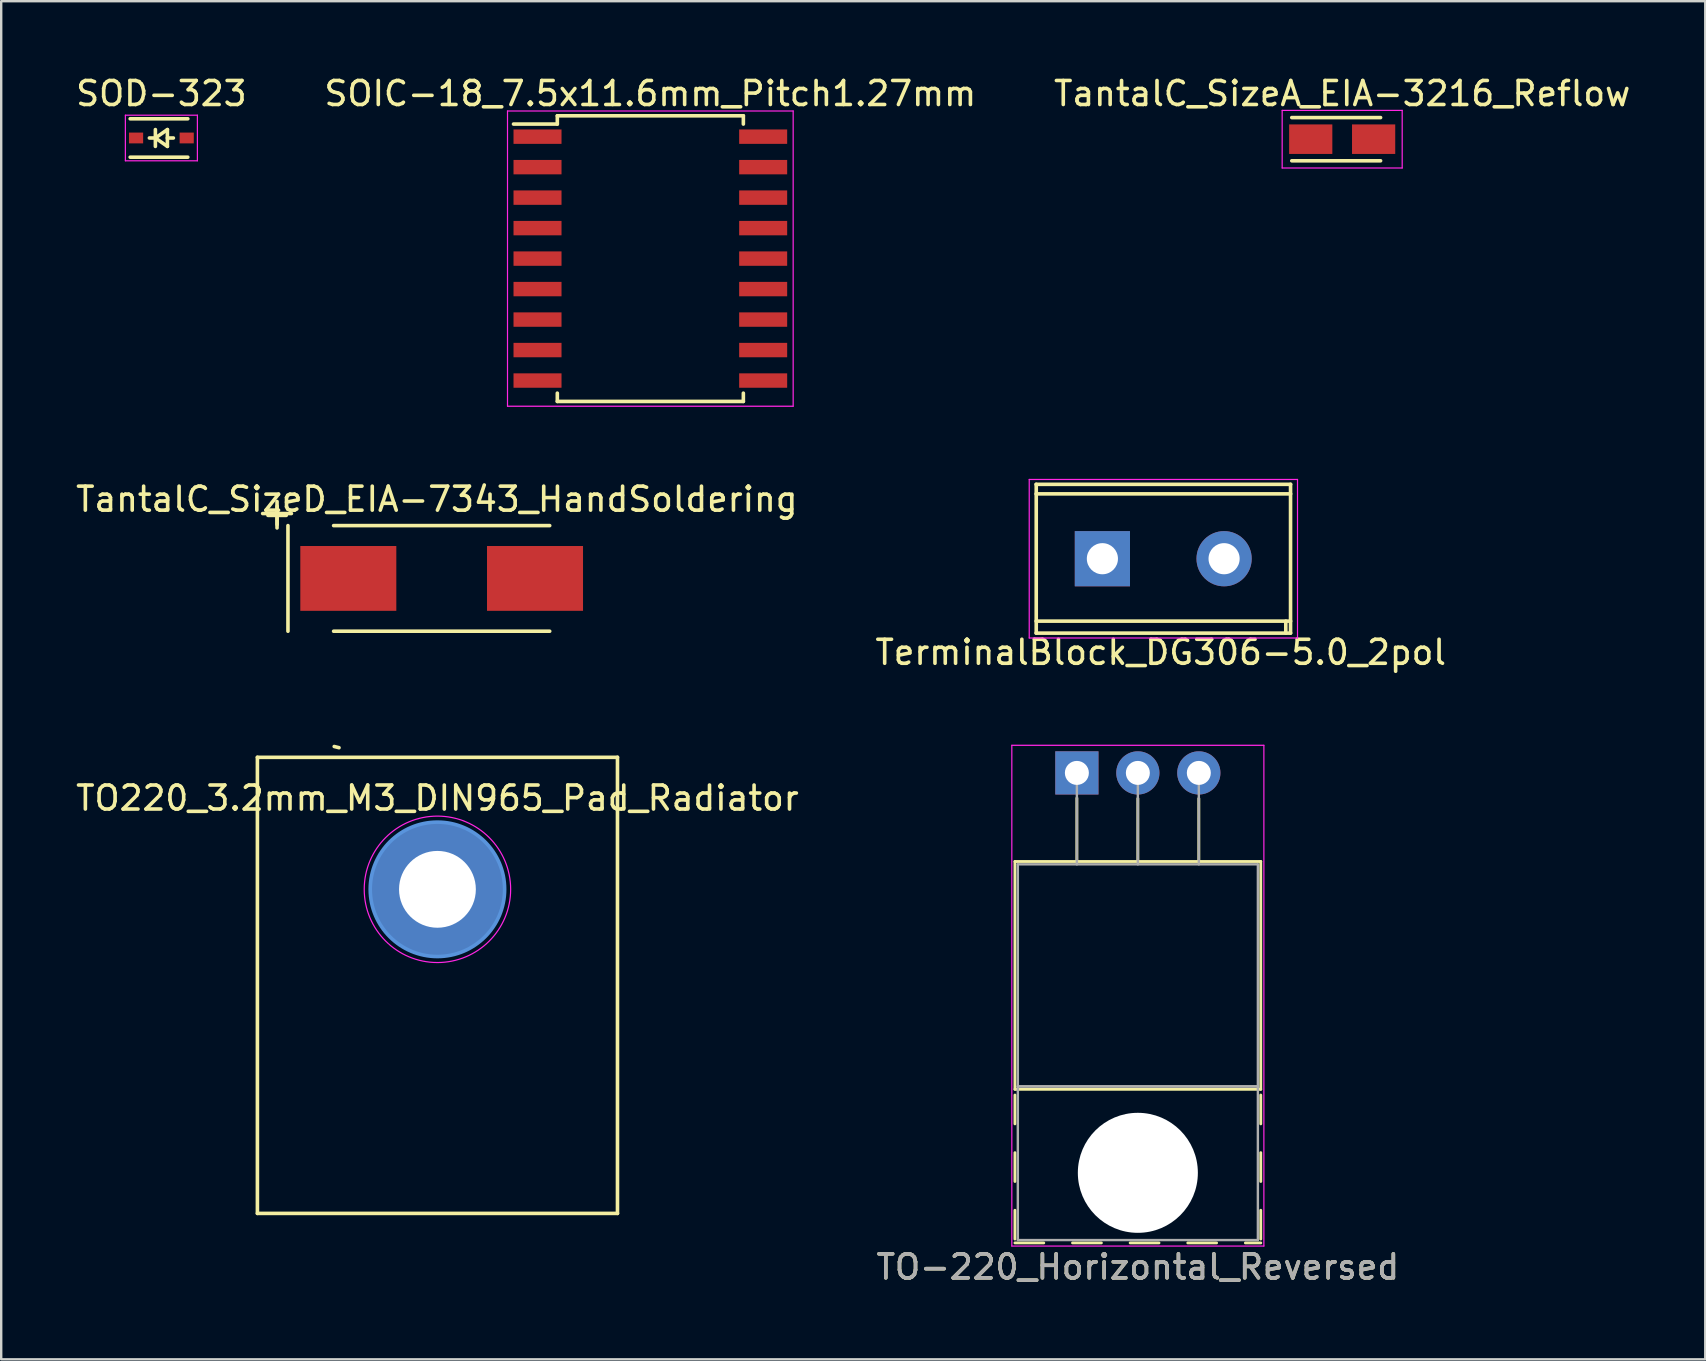
<source format=kicad_pcb>
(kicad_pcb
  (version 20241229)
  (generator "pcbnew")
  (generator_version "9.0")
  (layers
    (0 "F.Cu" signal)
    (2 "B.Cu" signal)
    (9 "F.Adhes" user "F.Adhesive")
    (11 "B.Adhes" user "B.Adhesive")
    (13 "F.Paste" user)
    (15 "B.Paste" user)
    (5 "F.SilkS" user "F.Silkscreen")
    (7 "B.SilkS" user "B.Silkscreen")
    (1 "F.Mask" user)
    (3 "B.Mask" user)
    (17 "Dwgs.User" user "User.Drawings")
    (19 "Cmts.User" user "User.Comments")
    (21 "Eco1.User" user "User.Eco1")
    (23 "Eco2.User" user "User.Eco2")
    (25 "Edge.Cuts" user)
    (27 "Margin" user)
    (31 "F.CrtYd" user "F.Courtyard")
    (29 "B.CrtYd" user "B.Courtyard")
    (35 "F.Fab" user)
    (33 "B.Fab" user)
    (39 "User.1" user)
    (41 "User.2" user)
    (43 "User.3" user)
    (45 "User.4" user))
  (footprint "TantalC_SizeD_EIA-7343_HandSoldering"
    (layer "F.Cu")
    (at 15.349 21.046)
    (property "Reference" "TantalC_SizeD_EIA-7343_HandSoldering" (at -0.201 -3.299 0) (layer "F.SilkS") (effects (font (size 1 1) (thickness 0.15))))
    (attr smd)
    (fp_line (start -7.457 -2.703) (end -6.259 -2.703) (stroke (width 0.15) (type solid)) (layer "F.SilkS"))
    (fp_line (start -6.858 -3.203) (end -6.858 -2.103) (stroke (width 0.15) (type solid)) (layer "F.SilkS"))
    (fp_line (start -6.403 -2.2) (end -6.403 2.2) (stroke (width 0.15) (type solid)) (layer "F.SilkS"))
    (fp_line (start -4.501 2.2) (end 4.501 2.2) (stroke (width 0.15) (type solid)) (layer "F.SilkS"))
    (fp_line (start 4.501 -2.2) (end -4.501 -2.2) (stroke (width 0.15) (type solid)) (layer "F.SilkS"))
    (fp_text user "+" (at -6.855 -2.7 0) (layer "F.SilkS") (effects (font (size 1 1) (thickness 0.15))))
    (pad "1" smd rect (at -3.889 0) (size 4 2.7) (layers "F.Cu" "F.Mask" "F.Paste"))
    (pad "2" smd rect (at 3.889 0) (size 4 2.7) (layers "F.Cu" "F.Mask" "F.Paste")))
  (footprint "SOIC-18_7.5x11.6mm_Pitch1.27mm"
    (layer "F.Cu")
    (at 24.042 7.723)
    (property "Reference" "SOIC-18_7.5x11.6mm_Pitch1.27mm" (at 0 -6.875 0) (layer "F.SilkS") (effects (font (size 1 1) (thickness 0.15))))
    (attr smd)
    (fp_line (start -3.875 -5.95) (end -3.875 -5.605) (stroke (width 0.15) (type solid)) (layer "F.SilkS"))
    (fp_line (start -3.875 -5.95) (end 3.875 -5.95) (stroke (width 0.15) (type solid)) (layer "F.SilkS"))
    (fp_line (start -3.875 -5.605) (end -5.7 -5.605) (stroke (width 0.15) (type solid)) (layer "F.SilkS"))
    (fp_line (start -3.875 5.95) (end -3.875 5.605) (stroke (width 0.15) (type solid)) (layer "F.SilkS"))
    (fp_line (start -3.875 5.95) (end 3.875 5.95) (stroke (width 0.15) (type solid)) (layer "F.SilkS"))
    (fp_line (start 3.875 -5.95) (end 3.875 -5.605) (stroke (width 0.15) (type solid)) (layer "F.SilkS"))
    (fp_line (start 3.875 5.95) (end 3.875 5.605) (stroke (width 0.15) (type solid)) (layer "F.SilkS"))
    (fp_line (start -5.95 -6.15) (end -5.95 6.15) (stroke (width 0.05) (type solid)) (layer "F.CrtYd"))
    (fp_line (start -5.95 -6.15) (end 5.95 -6.15) (stroke (width 0.05) (type solid)) (layer "F.CrtYd"))
    (fp_line (start -5.95 6.15) (end 5.95 6.15) (stroke (width 0.05) (type solid)) (layer "F.CrtYd"))
    (fp_line (start 5.95 -6.15) (end 5.95 6.15) (stroke (width 0.05) (type solid)) (layer "F.CrtYd"))
    (pad "1" smd rect (at -4.7 -5.08) (size 2 0.6) (layers "F.Cu" "F.Mask" "F.Paste"))
    (pad "2" smd rect (at -4.7 -3.81) (size 2 0.6) (layers "F.Cu" "F.Mask" "F.Paste"))
    (pad "3" smd rect (at -4.7 -2.54) (size 2 0.6) (layers "F.Cu" "F.Mask" "F.Paste"))
    (pad "4" smd rect (at -4.7 -1.27) (size 2 0.6) (layers "F.Cu" "F.Mask" "F.Paste"))
    (pad "5" smd rect (at -4.7 0) (size 2 0.6) (layers "F.Cu" "F.Mask" "F.Paste"))
    (pad "6" smd rect (at -4.7 1.27) (size 2 0.6) (layers "F.Cu" "F.Mask" "F.Paste"))
    (pad "7" smd rect (at -4.7 2.54) (size 2 0.6) (layers "F.Cu" "F.Mask" "F.Paste"))
    (pad "8" smd rect (at -4.7 3.81) (size 2 0.6) (layers "F.Cu" "F.Mask" "F.Paste"))
    (pad "9" smd rect (at -4.7 5.08) (size 2 0.6) (layers "F.Cu" "F.Mask" "F.Paste"))
    (pad "10" smd rect (at 4.7 5.08) (size 2 0.6) (layers "F.Cu" "F.Mask" "F.Paste"))
    (pad "11" smd rect (at 4.7 3.81) (size 2 0.6) (layers "F.Cu" "F.Mask" "F.Paste"))
    (pad "12" smd rect (at 4.7 2.54) (size 2 0.6) (layers "F.Cu" "F.Mask" "F.Paste"))
    (pad "13" smd rect (at 4.7 1.27) (size 2 0.6) (layers "F.Cu" "F.Mask" "F.Paste"))
    (pad "14" smd rect (at 4.7 0) (size 2 0.6) (layers "F.Cu" "F.Mask" "F.Paste"))
    (pad "15" smd rect (at 4.7 -1.27) (size 2 0.6) (layers "F.Cu" "F.Mask" "F.Paste"))
    (pad "16" smd rect (at 4.7 -2.54) (size 2 0.6) (layers "F.Cu" "F.Mask" "F.Paste"))
    (pad "17" smd rect (at 4.7 -3.81) (size 2 0.6) (layers "F.Cu" "F.Mask" "F.Paste"))
    (pad "18" smd rect (at 4.7 -5.08) (size 2 0.6) (layers "F.Cu" "F.Mask" "F.Paste")))
  (footprint "SOD-323"
    (layer "F.Cu")
    (at 3.673 2.698)
    (property "Reference" "SOD-323" (at 0 -1.85 0) (layer "F.SilkS") (effects (font (size 1 1) (thickness 0.15))))
    (attr smd)
    (fp_line (start -1.3 -0.8) (end 1.1 -0.8) (stroke (width 0.15) (type solid)) (layer "F.SilkS"))
    (fp_line (start -1.3 0.8) (end 1.1 0.8) (stroke (width 0.15) (type solid)) (layer "F.SilkS"))
    (fp_line (start -0.25 -0.35) (end -0.25 0.35) (stroke (width 0.15) (type solid)) (layer "F.SilkS"))
    (fp_line (start -0.25 0) (end -0.5 0) (stroke (width 0.15) (type solid)) (layer "F.SilkS"))
    (fp_line (start -0.25 0) (end 0.25 -0.35) (stroke (width 0.15) (type solid)) (layer "F.SilkS"))
    (fp_line (start 0.25 -0.35) (end 0.25 0.35) (stroke (width 0.15) (type solid)) (layer "F.SilkS"))
    (fp_line (start 0.25 0) (end 0.5 0) (stroke (width 0.15) (type solid)) (layer "F.SilkS"))
    (fp_line (start 0.25 0.35) (end -0.25 0) (stroke (width 0.15) (type solid)) (layer "F.SilkS"))
    (fp_line (start -1.5 -0.95) (end -1.5 0.95) (stroke (width 0.05) (type solid)) (layer "F.CrtYd"))
    (fp_line (start -1.5 -0.95) (end 1.5 -0.95) (stroke (width 0.05) (type solid)) (layer "F.CrtYd"))
    (fp_line (start -1.5 0.95) (end 1.5 0.95) (stroke (width 0.05) (type solid)) (layer "F.CrtYd"))
    (fp_line (start 1.5 -0.95) (end 1.5 0.95) (stroke (width 0.05) (type solid)) (layer "F.CrtYd"))
    (pad "1" smd rect (at -1.055 0) (size 0.59 0.45) (layers "F.Cu" "F.Mask" "F.Paste"))
    (pad "2" smd rect (at 1.055 0) (size 0.59 0.45) (layers "F.Cu" "F.Mask" "F.Paste")))
  (footprint "TantalC_SizeA_EIA-3216_Reflow"
    (layer "F.Cu")
    (at 52.863 2.748)
    (property "Reference" "TantalC_SizeA_EIA-3216_Reflow" (at 0 -1.9 0) (layer "F.SilkS") (effects (font (size 1 1) (thickness 0.15))))
    (attr smd)
    (fp_line (start 1.6 -0.9) (end -2.1 -0.9) (stroke (width 0.15) (type solid)) (layer "F.SilkS"))
    (fp_line (start 1.6 0.9) (end -2.1 0.9) (stroke (width 0.15) (type solid)) (layer "F.SilkS"))
    (fp_line (start -2.5 -1.2) (end -2.5 1.2) (stroke (width 0.05) (type solid)) (layer "F.CrtYd"))
    (fp_line (start -2.5 1.2) (end 2.5 1.2) (stroke (width 0.05) (type solid)) (layer "F.CrtYd"))
    (fp_line (start 2.5 -1.2) (end -2.5 -1.2) (stroke (width 0.05) (type solid)) (layer "F.CrtYd"))
    (fp_line (start 2.5 1.2) (end 2.5 -1.2) (stroke (width 0.05) (type solid)) (layer "F.CrtYd"))
    (pad "1" smd rect (at -1.31 0) (size 1.8 1.23) (layers "F.Cu" "F.Mask" "F.Paste"))
    (pad "2" smd rect (at 1.31 0) (size 1.8 1.23) (layers "F.Cu" "F.Mask" "F.Paste")))
  (footprint "TO-220_Horizontal_Reversed"
    (layer "F.Cu")
    (at 41.811 29.148)
    (property "Reference" "TO-220_Horizontal_Reversed" (at 2.54 20.58 0) (layer "F.SilkS") (effects (font (size 1 1) (thickness 0.15))))
    (attr through_hole)
    (fp_line (start -2.58 3.69) (end -2.58 13.18) (stroke (width 0.12) (type solid)) (layer "F.SilkS"))
    (fp_line (start -2.58 3.69) (end 7.66 3.69) (stroke (width 0.12) (type solid)) (layer "F.SilkS"))
    (fp_line (start -2.58 13.18) (end 7.66 13.18) (stroke (width 0.12) (type solid)) (layer "F.SilkS"))
    (fp_line (start -2.58 13.42) (end -2.58 14.62) (stroke (width 0.12) (type solid)) (layer "F.SilkS"))
    (fp_line (start -2.58 15.82) (end -2.58 17.02) (stroke (width 0.12) (type solid)) (layer "F.SilkS"))
    (fp_line (start -2.58 18.22) (end -2.58 19.42) (stroke (width 0.12) (type solid)) (layer "F.SilkS"))
    (fp_line (start -2.58 19.58) (end -1.38 19.58) (stroke (width 0.12) (type solid)) (layer "F.SilkS"))
    (fp_line (start -0.181 19.58) (end 1.02 19.58) (stroke (width 0.12) (type solid)) (layer "F.SilkS"))
    (fp_line (start 0 1.05) (end 0 3.69) (stroke (width 0.12) (type solid)) (layer "F.SilkS"))
    (fp_line (start 2.22 19.58) (end 3.42 19.58) (stroke (width 0.12) (type solid)) (layer "F.SilkS"))
    (fp_line (start 2.54 1.066) (end 2.54 3.69) (stroke (width 0.12) (type solid)) (layer "F.SilkS"))
    (fp_line (start 4.62 19.58) (end 5.82 19.58) (stroke (width 0.12) (type solid)) (layer "F.SilkS"))
    (fp_line (start 5.08 1.066) (end 5.08 3.69) (stroke (width 0.12) (type solid)) (layer "F.SilkS"))
    (fp_line (start 7.02 19.58) (end 7.66 19.58) (stroke (width 0.12) (type solid)) (layer "F.SilkS"))
    (fp_line (start 7.66 3.69) (end 7.66 13.18) (stroke (width 0.12) (type solid)) (layer "F.SilkS"))
    (fp_line (start 7.66 13.42) (end 7.66 14.62) (stroke (width 0.12) (type solid)) (layer "F.SilkS"))
    (fp_line (start 7.66 15.82) (end 7.66 17.02) (stroke (width 0.12) (type solid)) (layer "F.SilkS"))
    (fp_line (start 7.66 18.22) (end 7.66 19.42) (stroke (width 0.12) (type solid)) (layer "F.SilkS"))
    (fp_line (start -2.71 -1.15) (end -2.71 19.71) (stroke (width 0.05) (type solid)) (layer "F.CrtYd"))
    (fp_line (start -2.71 19.71) (end 7.79 19.71) (stroke (width 0.05) (type solid)) (layer "F.CrtYd"))
    (fp_line (start 7.79 -1.15) (end -2.71 -1.15) (stroke (width 0.05) (type solid)) (layer "F.CrtYd"))
    (fp_line (start 7.79 19.71) (end 7.79 -1.15) (stroke (width 0.05) (type solid)) (layer "F.CrtYd"))
    (fp_line (start -2.46 3.81) (end -2.46 13.06) (stroke (width 0.1) (type solid)) (layer "F.Fab"))
    (fp_line (start -2.46 13.06) (end -2.46 19.46) (stroke (width 0.1) (type solid)) (layer "F.Fab"))
    (fp_line (start -2.46 13.06) (end 7.54 13.06) (stroke (width 0.1) (type solid)) (layer "F.Fab"))
    (fp_line (start -2.46 19.46) (end 7.54 19.46) (stroke (width 0.1) (type solid)) (layer "F.Fab"))
    (fp_line (start 0 3.81) (end 0 0) (stroke (width 0.1) (type solid)) (layer "F.Fab"))
    (fp_line (start 2.54 3.81) (end 2.54 0) (stroke (width 0.1) (type solid)) (layer "F.Fab"))
    (fp_line (start 5.08 3.81) (end 5.08 0) (stroke (width 0.1) (type solid)) (layer "F.Fab"))
    (fp_line (start 7.54 3.81) (end -2.46 3.81) (stroke (width 0.1) (type solid)) (layer "F.Fab"))
    (fp_line (start 7.54 13.06) (end -2.46 13.06) (stroke (width 0.1) (type solid)) (layer "F.Fab"))
    (fp_line (start 7.54 13.06) (end 7.54 3.81) (stroke (width 0.1) (type solid)) (layer "F.Fab"))
    (fp_line (start 7.54 19.46) (end 7.54 13.06) (stroke (width 0.1) (type solid)) (layer "F.Fab"))
    (fp_circle (center 2.54 16.66) (end 4.39 16.66) (stroke (width 0.1) (type solid)) (fill no) (layer "F.Fab"))
    (fp_text user "${REFERENCE}" (at 2.54 20.58 0) (layer "F.Fab") (effects (font (size 1 1) (thickness 0.15))))
    (pad "" np_thru_hole oval (at 2.54 16.66) (size 5 5) (drill 5) (layers "*.Cu" "*.Mask"))
    (pad "1" thru_hole rect (at 0 0) (size 1.8 1.8) (drill 1) (layers "*.Cu" "*.Mask"))
    (pad "2" thru_hole oval (at 2.54 0) (size 1.8 1.8) (drill 1) (layers "*.Cu" "*.Mask"))
    (pad "3" thru_hole oval (at 5.08 0) (size 1.8 1.8) (drill 1) (layers "*.Cu" "*.Mask")))
  (footprint "TO220_3.2mm_M3_DIN965_Pad_Radiator"
    (layer "F.Cu")
    (at 15.173 33.998)
    (property "Reference" "TO220_3.2mm_M3_DIN965_Pad_Radiator" (at 0 -3.8 0) (layer "F.SilkS") (effects (font (size 1 1) (thickness 0.15))))
    (attr through_hole)
    (fp_line (start -7.5 -5.5) (end 7.5 -5.5) (stroke (width 0.15) (type solid)) (layer "F.SilkS"))
    (fp_line (start -7.5 13.5) (end -7.5 -5.5) (stroke (width 0.15) (type solid)) (layer "F.SilkS"))
    (fp_line (start -4.3 -5.95) (end -4.1 -5.9) (stroke (width 0.15) (type solid)) (layer "F.SilkS"))
    (fp_line (start 7.5 13.5) (end -7.5 13.5) (stroke (width 0.15) (type solid)) (layer "F.SilkS"))
    (fp_line (start 7.5 13.5) (end 7.5 -5.5) (stroke (width 0.15) (type solid)) (layer "F.SilkS"))
    (fp_circle (center 0 0) (end 2.8 0) (stroke (width 0.15) (type solid)) (fill no) (layer "Cmts.User"))
    (fp_circle (center 0 0) (end 3.05 0) (stroke (width 0.05) (type solid)) (fill no) (layer "F.CrtYd"))
    (pad "1" thru_hole circle (at 0 0) (size 5.6 5.6) (drill 3.2) (layers "*.Cu" "*.Mask")))
  (footprint "TerminalBlock_DG306-5.0_2pol"
    (layer "F.Cu")
    (at 41.604 20.225)
    (property "Reference" "TerminalBlock_DG306-5.0_2pol" (at 3.7 3.9 0) (layer "F.SilkS") (effects (font (size 1 1) (thickness 0.15))))
    (attr through_hole)
    (fp_line (start -1.491 -2.7) (end 9.111 -2.7) (stroke (width 0.15) (type solid)) (layer "F.SilkS"))
    (fp_line (start -1.491 2.601) (end 9.111 2.601) (stroke (width 0.15) (type solid)) (layer "F.SilkS"))
    (fp_line (start -1.486 -3.099) (end -1.486 3.099) (stroke (width 0.15) (type solid)) (layer "F.SilkS"))
    (fp_line (start 8.91 2.601) (end 8.91 3.099) (stroke (width 0.15) (type solid)) (layer "F.SilkS"))
    (fp_line (start 9.108 3.099) (end 9.108 -3.099) (stroke (width 0.15) (type solid)) (layer "F.SilkS"))
    (fp_line (start 9.111 -3.099) (end -1.491 -3.099) (stroke (width 0.15) (type solid)) (layer "F.SilkS"))
    (fp_line (start 9.111 3.099) (end -1.491 3.099) (stroke (width 0.15) (type solid)) (layer "F.SilkS"))
    (fp_line (start -1.778 -3.302) (end 9.398 -3.302) (stroke (width 0.05) (type solid)) (layer "F.CrtYd"))
    (fp_line (start -1.778 3.302) (end -1.778 -3.302) (stroke (width 0.05) (type solid)) (layer "F.CrtYd"))
    (fp_line (start 9.398 -3.302) (end 9.398 3.302) (stroke (width 0.05) (type solid)) (layer "F.CrtYd"))
    (fp_line (start 9.398 3.302) (end -1.778 3.302) (stroke (width 0.05) (type solid)) (layer "F.CrtYd"))
    (pad "1" thru_hole rect (at 1.27 0 180) (size 2.3 2.3) (drill 1.297) (layers "*.Cu" "*.Mask"))
    (pad "2" thru_hole circle (at 6.34 0 180) (size 2.3 2.3) (drill 1.297) (layers "*.Cu" "*.Mask")))
  (gr_rect
    (start -3 -3)
    (end 67.988 53.577)
    (stroke (width 0.1) (type default))
    (fill no)
    (layer "Edge.Cuts")))
</source>
